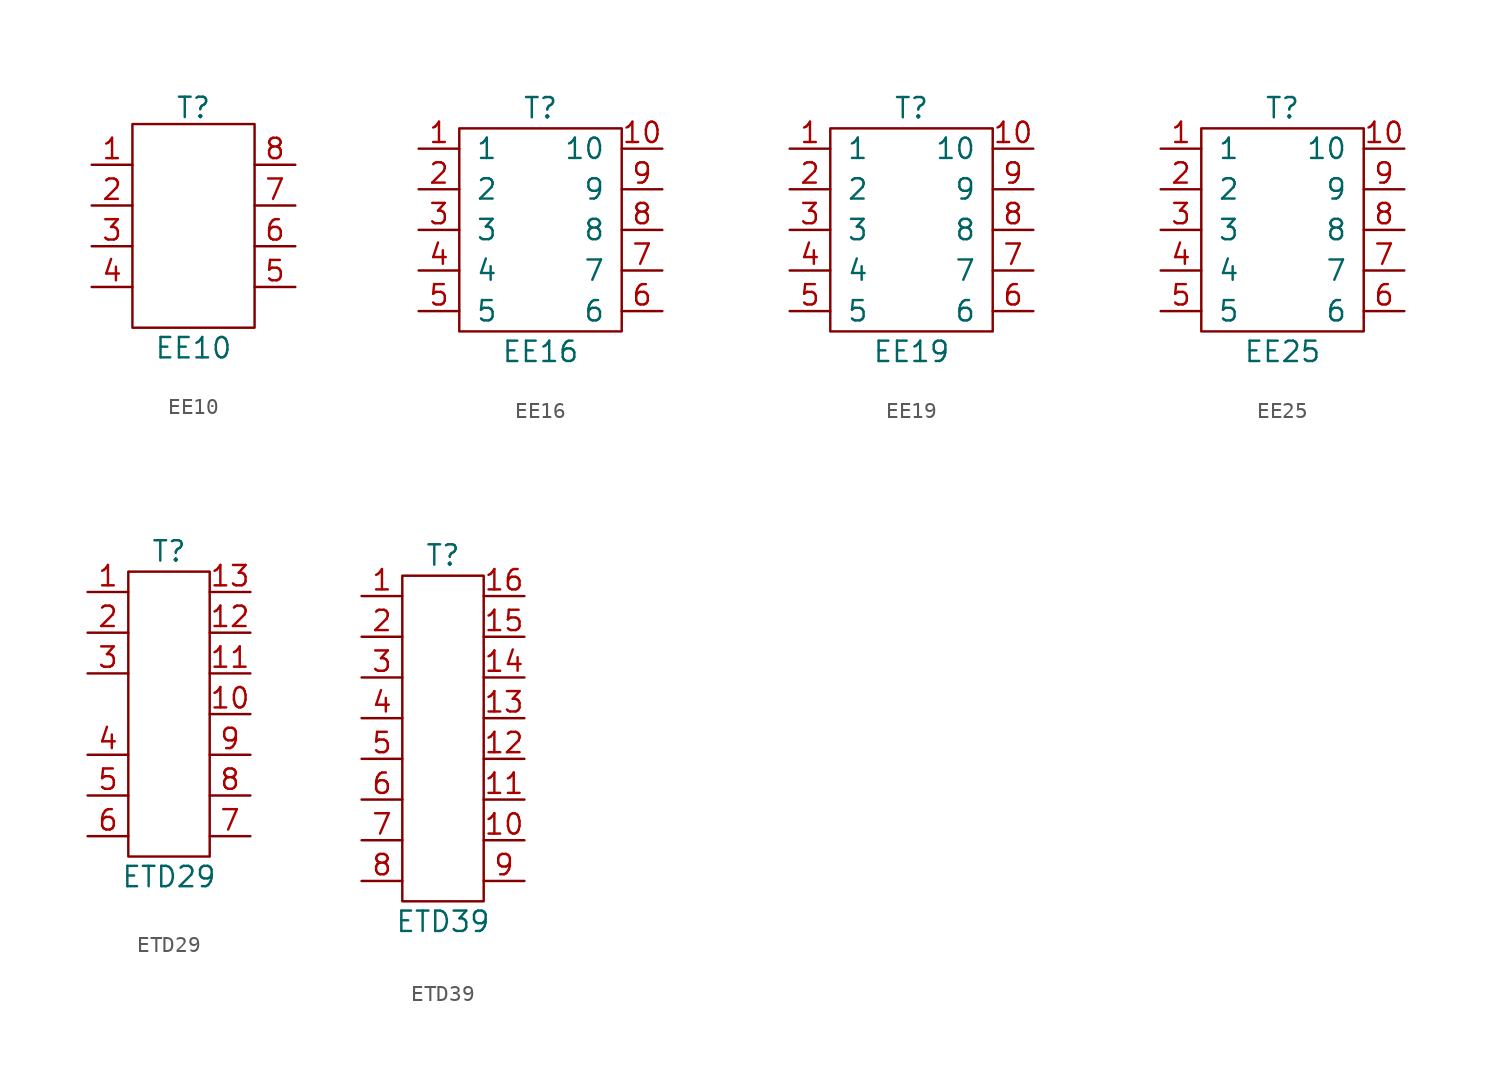
<source format=kicad_sym>
(kicad_symbol_lib
  (version 20220914)
  (generator kicad_symbol_editor)
  (symbol "EE10"
    (pin_names
      (offset 1.016))
    (property "Reference" "T"
      (at 0 7.366 0)
      (effects (font (size 1.27 1.27))))
    (property "Value" "EE10"
      (at 0 -7.62 0)
      (effects (font (size 1.27 1.27))))
    (symbol "EE10_0_1"
      (rectangle (start -3.81 6.35) (end 3.81 -6.35) (stroke (width 0) (type default)) (fill (type none))))
    (symbol "EE10_1_1"
      (pin input line (at -6.35 3.81 0) (length 2.54) (name "~" (effects (font (size 1.27 1.27)))) (number "1" (effects (font (size 1.27 1.27)))))
      (pin input line (at -6.35 1.27 0) (length 2.54) (name "~" (effects (font (size 1.27 1.27)))) (number "2" (effects (font (size 1.27 1.27)))))
      (pin input line (at -6.35 -1.27 0) (length 2.54) (name "~" (effects (font (size 1.27 1.27)))) (number "3" (effects (font (size 1.27 1.27)))))
      (pin input line (at -6.35 -3.81 0) (length 2.54) (name "~" (effects (font (size 1.27 1.27)))) (number "4" (effects (font (size 1.27 1.27)))))
      (pin input line (at 6.35 -3.81 180) (length 2.54) (name "~" (effects (font (size 1.27 1.27)))) (number "5" (effects (font (size 1.27 1.27)))))
      (pin input line (at 6.35 -1.27 180) (length 2.54) (name "~" (effects (font (size 1.27 1.27)))) (number "6" (effects (font (size 1.27 1.27)))))
      (pin input line (at 6.35 1.27 180) (length 2.54) (name "~" (effects (font (size 1.27 1.27)))) (number "7" (effects (font (size 1.27 1.27)))))
      (pin input line (at 6.35 3.81 180) (length 2.54) (name "~" (effects (font (size 1.27 1.27)))) (number "8" (effects (font (size 1.27 1.27)))))))
  (symbol "EE16"
    (pin_names
      (offset 1.016))
    (property "Reference" "T"
      (at 0 7.62 0)
      (effects (font (size 1.27 1.27))))
    (property "Value" "EE16"
      (at 0 -7.62 0)
      (effects (font (size 1.27 1.27))))
    (symbol "EE16_0_1"
      (rectangle (start -5.08 6.35) (end 5.08 -6.35) (stroke (width 0) (type default)) (fill (type none))))
    (symbol "EE16_1_1"
      (pin input line (at -7.62 5.08 0) (length 2.54) (name "1" (effects (font (size 1.27 1.27)))) (number "1" (effects (font (size 1.27 1.27)))))
      (pin input line (at 7.62 5.08 180) (length 2.54) (name "10" (effects (font (size 1.27 1.27)))) (number "10" (effects (font (size 1.27 1.27)))))
      (pin input line (at -7.62 2.54 0) (length 2.54) (name "2" (effects (font (size 1.27 1.27)))) (number "2" (effects (font (size 1.27 1.27)))))
      (pin input line (at -7.62 0 0) (length 2.54) (name "3" (effects (font (size 1.27 1.27)))) (number "3" (effects (font (size 1.27 1.27)))))
      (pin input line (at -7.62 -2.54 0) (length 2.54) (name "4" (effects (font (size 1.27 1.27)))) (number "4" (effects (font (size 1.27 1.27)))))
      (pin input line (at -7.62 -5.08 0) (length 2.54) (name "5" (effects (font (size 1.27 1.27)))) (number "5" (effects (font (size 1.27 1.27)))))
      (pin input line (at 7.62 -5.08 180) (length 2.54) (name "6" (effects (font (size 1.27 1.27)))) (number "6" (effects (font (size 1.27 1.27)))))
      (pin input line (at 7.62 -2.54 180) (length 2.54) (name "7" (effects (font (size 1.27 1.27)))) (number "7" (effects (font (size 1.27 1.27)))))
      (pin input line (at 7.62 0 180) (length 2.54) (name "8" (effects (font (size 1.27 1.27)))) (number "8" (effects (font (size 1.27 1.27)))))
      (pin input line (at 7.62 2.54 180) (length 2.54) (name "9" (effects (font (size 1.27 1.27)))) (number "9" (effects (font (size 1.27 1.27)))))))
  (symbol "EE19"
    (pin_names
      (offset 1.016))
    (property "Reference" "T"
      (at 0 7.62 0)
      (effects (font (size 1.27 1.27))))
    (property "Value" "EE19"
      (at 0 -7.62 0)
      (effects (font (size 1.27 1.27))))
    (symbol "EE19_0_1"
      (rectangle (start -5.08 6.35) (end 5.08 -6.35) (stroke (width 0) (type default)) (fill (type none))))
    (symbol "EE19_1_1"
      (pin input line (at -7.62 5.08 0) (length 2.54) (name "1" (effects (font (size 1.27 1.27)))) (number "1" (effects (font (size 1.27 1.27)))))
      (pin input line (at 7.62 5.08 180) (length 2.54) (name "10" (effects (font (size 1.27 1.27)))) (number "10" (effects (font (size 1.27 1.27)))))
      (pin input line (at -7.62 2.54 0) (length 2.54) (name "2" (effects (font (size 1.27 1.27)))) (number "2" (effects (font (size 1.27 1.27)))))
      (pin input line (at -7.62 0 0) (length 2.54) (name "3" (effects (font (size 1.27 1.27)))) (number "3" (effects (font (size 1.27 1.27)))))
      (pin input line (at -7.62 -2.54 0) (length 2.54) (name "4" (effects (font (size 1.27 1.27)))) (number "4" (effects (font (size 1.27 1.27)))))
      (pin input line (at -7.62 -5.08 0) (length 2.54) (name "5" (effects (font (size 1.27 1.27)))) (number "5" (effects (font (size 1.27 1.27)))))
      (pin input line (at 7.62 -5.08 180) (length 2.54) (name "6" (effects (font (size 1.27 1.27)))) (number "6" (effects (font (size 1.27 1.27)))))
      (pin input line (at 7.62 -2.54 180) (length 2.54) (name "7" (effects (font (size 1.27 1.27)))) (number "7" (effects (font (size 1.27 1.27)))))
      (pin input line (at 7.62 0 180) (length 2.54) (name "8" (effects (font (size 1.27 1.27)))) (number "8" (effects (font (size 1.27 1.27)))))
      (pin input line (at 7.62 2.54 180) (length 2.54) (name "9" (effects (font (size 1.27 1.27)))) (number "9" (effects (font (size 1.27 1.27)))))))
  (symbol "EE25"
    (pin_names
      (offset 1.016))
    (property "Reference" "T"
      (at 0 7.62 0)
      (effects (font (size 1.27 1.27))))
    (property "Value" "EE25"
      (at 0 -7.62 0)
      (effects (font (size 1.27 1.27))))
    (symbol "EE25_0_1"
      (rectangle (start -5.08 6.35) (end 5.08 -6.35) (stroke (width 0) (type default)) (fill (type none))))
    (symbol "EE25_1_1"
      (pin input line (at -7.62 5.08 0) (length 2.54) (name "1" (effects (font (size 1.27 1.27)))) (number "1" (effects (font (size 1.27 1.27)))))
      (pin input line (at 7.62 5.08 180) (length 2.54) (name "10" (effects (font (size 1.27 1.27)))) (number "10" (effects (font (size 1.27 1.27)))))
      (pin input line (at -7.62 2.54 0) (length 2.54) (name "2" (effects (font (size 1.27 1.27)))) (number "2" (effects (font (size 1.27 1.27)))))
      (pin input line (at -7.62 0 0) (length 2.54) (name "3" (effects (font (size 1.27 1.27)))) (number "3" (effects (font (size 1.27 1.27)))))
      (pin input line (at -7.62 -2.54 0) (length 2.54) (name "4" (effects (font (size 1.27 1.27)))) (number "4" (effects (font (size 1.27 1.27)))))
      (pin input line (at -7.62 -5.08 0) (length 2.54) (name "5" (effects (font (size 1.27 1.27)))) (number "5" (effects (font (size 1.27 1.27)))))
      (pin input line (at 7.62 -5.08 180) (length 2.54) (name "6" (effects (font (size 1.27 1.27)))) (number "6" (effects (font (size 1.27 1.27)))))
      (pin input line (at 7.62 -2.54 180) (length 2.54) (name "7" (effects (font (size 1.27 1.27)))) (number "7" (effects (font (size 1.27 1.27)))))
      (pin input line (at 7.62 0 180) (length 2.54) (name "8" (effects (font (size 1.27 1.27)))) (number "8" (effects (font (size 1.27 1.27)))))
      (pin input line (at 7.62 2.54 180) (length 2.54) (name "9" (effects (font (size 1.27 1.27)))) (number "9" (effects (font (size 1.27 1.27)))))))
  (symbol "ETD29"
    (pin_names
      (offset 1.016))
    (property "Reference" "T"
      (at 0 10.16 0)
      (effects (font (size 1.27 1.27))))
    (property "Value" "ETD29"
      (at 0 -10.16 0)
      (effects (font (size 1.27 1.27))))
    (symbol "ETD29_0_1"
      (rectangle (start -2.54 8.89) (end 2.54 -8.89) (stroke (width 0) (type default)) (fill (type none))))
    (symbol "ETD29_1_1"
      (pin input line (at -5.08 7.62 0) (length 2.54) (name "~" (effects (font (size 1.27 1.27)))) (number "1" (effects (font (size 1.27 1.27)))))
      (pin input line (at 5.08 0 180) (length 2.54) (name "~" (effects (font (size 1.27 1.27)))) (number "10" (effects (font (size 1.27 1.27)))))
      (pin input line (at 5.08 2.54 180) (length 2.54) (name "~" (effects (font (size 1.27 1.27)))) (number "11" (effects (font (size 1.27 1.27)))))
      (pin input line (at 5.08 5.08 180) (length 2.54) (name "~" (effects (font (size 1.27 1.27)))) (number "12" (effects (font (size 1.27 1.27)))))
      (pin input line (at 5.08 7.62 180) (length 2.54) (name "~" (effects (font (size 1.27 1.27)))) (number "13" (effects (font (size 1.27 1.27)))))
      (pin input line (at -5.08 5.08 0) (length 2.54) (name "~" (effects (font (size 1.27 1.27)))) (number "2" (effects (font (size 1.27 1.27)))))
      (pin input line (at -5.08 2.54 0) (length 2.54) (name "~" (effects (font (size 1.27 1.27)))) (number "3" (effects (font (size 1.27 1.27)))))
      (pin input line (at -5.08 -2.54 0) (length 2.54) (name "~" (effects (font (size 1.27 1.27)))) (number "4" (effects (font (size 1.27 1.27)))))
      (pin input line (at -5.08 -5.08 0) (length 2.54) (name "~" (effects (font (size 1.27 1.27)))) (number "5" (effects (font (size 1.27 1.27)))))
      (pin input line (at -5.08 -7.62 0) (length 2.54) (name "~" (effects (font (size 1.27 1.27)))) (number "6" (effects (font (size 1.27 1.27)))))
      (pin input line (at 5.08 -7.62 180) (length 2.54) (name "~" (effects (font (size 1.27 1.27)))) (number "7" (effects (font (size 1.27 1.27)))))
      (pin input line (at 5.08 -5.08 180) (length 2.54) (name "~" (effects (font (size 1.27 1.27)))) (number "8" (effects (font (size 1.27 1.27)))))
      (pin input line (at 5.08 -2.54 180) (length 2.54) (name "~" (effects (font (size 1.27 1.27)))) (number "9" (effects (font (size 1.27 1.27)))))))
  (symbol "ETD39"
    (pin_names
      (offset 1.016))
    (property "Reference" "T"
      (at 0 11.43 0)
      (effects (font (size 1.27 1.27))))
    (property "Value" "ETD39"
      (at 0 -11.43 0)
      (effects (font (size 1.27 1.27))))
    (symbol "ETD39_0_1"
      (rectangle (start -2.54 10.16) (end 2.54 -10.16) (stroke (width 0) (type default)) (fill (type none))))
    (symbol "ETD39_1_1"
      (pin input line (at -5.08 8.89 0) (length 2.54) (name "~" (effects (font (size 1.27 1.27)))) (number "1" (effects (font (size 1.27 1.27)))))
      (pin input line (at 5.08 -6.35 180) (length 2.54) (name "~" (effects (font (size 1.27 1.27)))) (number "10" (effects (font (size 1.27 1.27)))))
      (pin input line (at 5.08 -3.81 180) (length 2.54) (name "~" (effects (font (size 1.27 1.27)))) (number "11" (effects (font (size 1.27 1.27)))))
      (pin input line (at 5.08 -1.27 180) (length 2.54) (name "~" (effects (font (size 1.27 1.27)))) (number "12" (effects (font (size 1.27 1.27)))))
      (pin input line (at 5.08 1.27 180) (length 2.54) (name "~" (effects (font (size 1.27 1.27)))) (number "13" (effects (font (size 1.27 1.27)))))
      (pin input line (at 5.08 3.81 180) (length 2.54) (name "~" (effects (font (size 1.27 1.27)))) (number "14" (effects (font (size 1.27 1.27)))))
      (pin input line (at 5.08 6.35 180) (length 2.54) (name "~" (effects (font (size 1.27 1.27)))) (number "15" (effects (font (size 1.27 1.27)))))
      (pin input line (at 5.08 8.89 180) (length 2.54) (name "~" (effects (font (size 1.27 1.27)))) (number "16" (effects (font (size 1.27 1.27)))))
      (pin input line (at -5.08 6.35 0) (length 2.54) (name "~" (effects (font (size 1.27 1.27)))) (number "2" (effects (font (size 1.27 1.27)))))
      (pin input line (at -5.08 3.81 0) (length 2.54) (name "~" (effects (font (size 1.27 1.27)))) (number "3" (effects (font (size 1.27 1.27)))))
      (pin input line (at -5.08 1.27 0) (length 2.54) (name "~" (effects (font (size 1.27 1.27)))) (number "4" (effects (font (size 1.27 1.27)))))
      (pin input line (at -5.08 -1.27 0) (length 2.54) (name "~" (effects (font (size 1.27 1.27)))) (number "5" (effects (font (size 1.27 1.27)))))
      (pin input line (at -5.08 -3.81 0) (length 2.54) (name "~" (effects (font (size 1.27 1.27)))) (number "6" (effects (font (size 1.27 1.27)))))
      (pin input line (at -5.08 -6.35 0) (length 2.54) (name "~" (effects (font (size 1.27 1.27)))) (number "7" (effects (font (size 1.27 1.27)))))
      (pin input line (at -5.08 -8.89 0) (length 2.54) (name "~" (effects (font (size 1.27 1.27)))) (number "8" (effects (font (size 1.27 1.27)))))
      (pin input line (at 5.08 -8.89 180) (length 2.54) (name "~" (effects (font (size 1.27 1.27)))) (number "9" (effects (font (size 1.27 1.27))))))))
</source>
